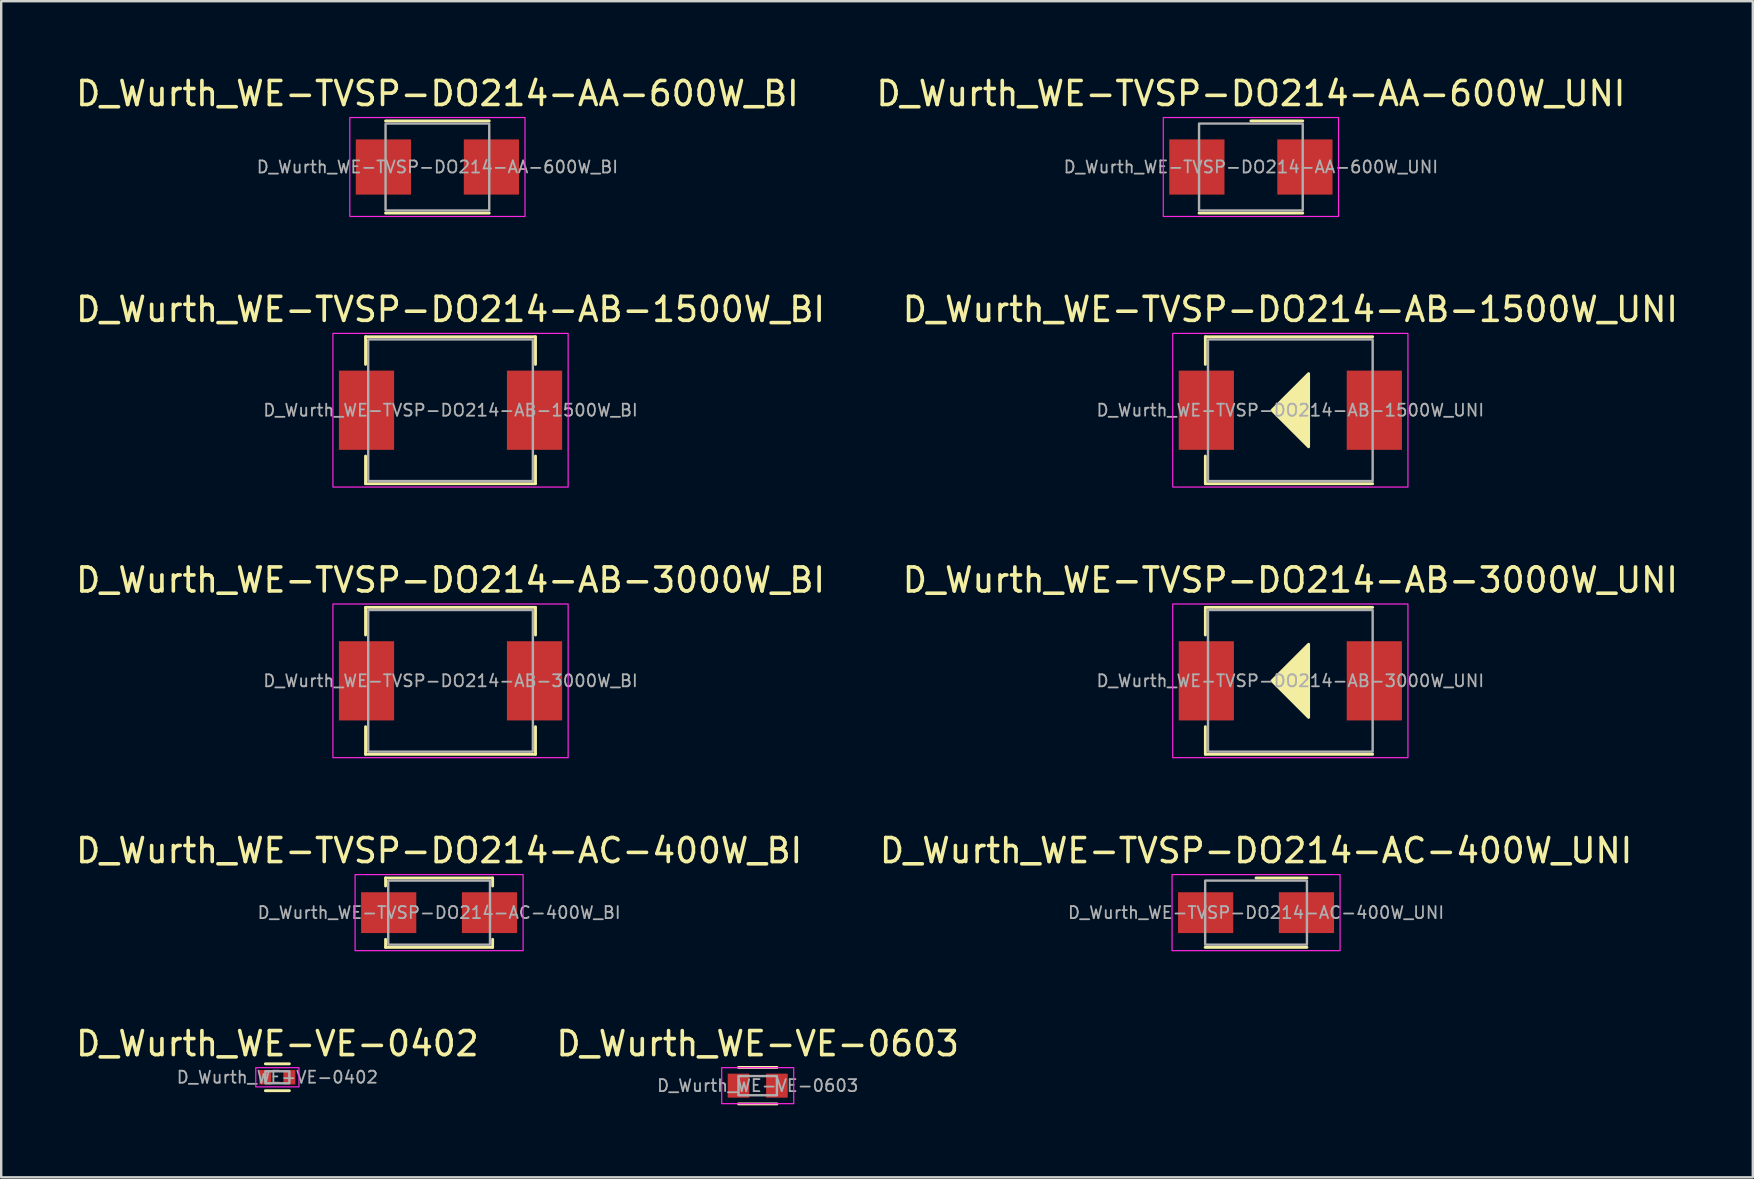
<source format=kicad_pcb>
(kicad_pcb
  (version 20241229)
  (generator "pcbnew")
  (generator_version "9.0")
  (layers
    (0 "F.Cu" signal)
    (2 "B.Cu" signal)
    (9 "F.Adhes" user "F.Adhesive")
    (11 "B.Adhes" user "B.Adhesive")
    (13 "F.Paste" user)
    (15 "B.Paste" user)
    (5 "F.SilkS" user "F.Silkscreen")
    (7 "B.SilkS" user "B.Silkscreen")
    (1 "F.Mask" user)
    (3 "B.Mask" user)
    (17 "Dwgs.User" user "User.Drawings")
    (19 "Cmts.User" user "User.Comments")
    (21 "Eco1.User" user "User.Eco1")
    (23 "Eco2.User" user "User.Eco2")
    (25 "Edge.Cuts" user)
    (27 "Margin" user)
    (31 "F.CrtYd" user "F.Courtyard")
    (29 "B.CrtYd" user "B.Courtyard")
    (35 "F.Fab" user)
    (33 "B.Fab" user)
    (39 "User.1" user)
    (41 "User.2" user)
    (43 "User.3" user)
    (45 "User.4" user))
  (footprint "D_Wurth_WE-TVSP-DO214-AB-3000W_BI"
    (layer "F.Cu")
    (at 15.72 25.315)
    (property "Reference" "D_Wurth_WE-TVSP-DO214-AB-3000W_BI" (at 0 -4.2 0) (unlocked yes) (layer "F.SilkS") (effects (font (size 1 1) (thickness 0.15))))
    (attr smd)
    (fp_line (start -3.54 -3.06) (end -3.54 -1.91) (stroke (width 0.12) (type solid)) (layer "F.SilkS"))
    (fp_line (start -3.54 -3.06) (end 3.54 -3.06) (stroke (width 0.12) (type solid)) (layer "F.SilkS"))
    (fp_line (start -3.54 3.06) (end -3.54 1.91) (stroke (width 0.12) (type solid)) (layer "F.SilkS"))
    (fp_line (start -3.54 3.06) (end 3.54 3.06) (stroke (width 0.12) (type solid)) (layer "F.SilkS"))
    (fp_line (start 3.54 -3.06) (end 3.54 -1.91) (stroke (width 0.12) (type solid)) (layer "F.SilkS"))
    (fp_line (start 3.54 3.06) (end 3.54 1.91) (stroke (width 0.12) (type solid)) (layer "F.SilkS"))
    (fp_rect (start -4.9 -3.2) (end 4.9 3.2) (stroke (width 0.05) (type solid)) (fill no) (layer "F.CrtYd"))
    (fp_rect (start -3.43 -2.95) (end 3.43 2.95) (stroke (width 0.1) (type solid)) (fill no) (layer "F.Fab"))
    (fp_text user "${REFERENCE}" (at 0 0 0) (unlocked yes) (layer "F.Fab") (effects (font (size 0.5 0.5) (thickness 0.075))))
    (pad "1" smd rect (at -3.5 0) (size 2.3 3.3) (layers "F.Cu" "F.Mask" "F.Paste"))
    (pad "2" smd rect (at 3.5 0) (size 2.3 3.3) (layers "F.Cu" "F.Mask" "F.Paste")))
  (footprint "D_Wurth_WE-VE-0603"
    (layer "F.Cu")
    (at 28.518 42.181)
    (property "Reference" "D_Wurth_WE-VE-0603" (at 0 -1.75 0) (unlocked yes) (layer "F.SilkS") (effects (font (size 1 1) (thickness 0.15))))
    (attr smd)
    (fp_line (start -0.8 -0.76) (end 0.8 -0.76) (stroke (width 0.12) (type solid)) (layer "F.SilkS"))
    (fp_line (start -0.8 0.76) (end 0.8 0.76) (stroke (width 0.12) (type solid)) (layer "F.SilkS"))
    (fp_rect (start -1.5 -0.75) (end 1.5 0.75) (stroke (width 0.05) (type solid)) (fill no) (layer "F.CrtYd"))
    (fp_rect (start -0.8 -0.4) (end 0.8 0.4) (stroke (width 0.1) (type solid)) (fill no) (layer "F.Fab"))
    (fp_text user "${REFERENCE}" (at 0 0 0) (unlocked yes) (layer "F.Fab") (effects (font (size 0.5 0.5) (thickness 0.075))))
    (pad "1" smd rect (at -0.8 0) (size 0.9 1) (layers "F.Cu" "F.Mask" "F.Paste"))
    (pad "2" smd rect (at 0.8 0) (size 0.9 1) (layers "F.Cu" "F.Mask" "F.Paste")))
  (footprint "D_Wurth_WE-TVSP-DO214-AA-600W_UNI"
    (layer "F.Cu")
    (at 49.065 3.908)
    (property "Reference" "D_Wurth_WE-TVSP-DO214-AA-600W_UNI" (at 0 -3.06 0) (unlocked yes) (layer "F.SilkS") (effects (font (size 1 1) (thickness 0.15))))
    (attr smd)
    (fp_line (start -2.16 1.92) (end 2.16 1.92) (stroke (width 0.12) (type solid)) (layer "F.SilkS"))
    (fp_line (start 0 -1.92) (end 2.16 -1.92) (stroke (width 0.12) (type solid)) (layer "F.SilkS"))
    (fp_rect (start -3.65 -2.06) (end 3.65 2.06) (stroke (width 0.05) (type solid)) (fill no) (layer "F.CrtYd"))
    (fp_rect (start -2.16 -1.81) (end 2.16 1.81) (stroke (width 0.1) (type solid)) (fill no) (layer "F.Fab"))
    (fp_text user "${REFERENCE}" (at 0 0 0) (unlocked yes) (layer "F.Fab") (effects (font (size 0.5 0.5) (thickness 0.075))))
    (pad "1" smd rect (at -2.25 0) (size 2.3 2.3) (layers "F.Cu" "F.Mask" "F.Paste"))
    (pad "2" smd rect (at 2.25 0) (size 2.3 2.3) (layers "F.Cu" "F.Mask" "F.Paste")))
  (footprint "D_Wurth_WE-TVSP-DO214-AB-3000W_UNI"
    (layer "F.Cu")
    (at 50.708 25.315)
    (property "Reference" "D_Wurth_WE-TVSP-DO214-AB-3000W_UNI" (at 0 -4.2 0) (unlocked yes) (layer "F.SilkS") (effects (font (size 1 1) (thickness 0.15))))
    (attr smd)
    (fp_line (start -3.54 -3.06) (end -3.54 -1.91) (stroke (width 0.12) (type solid)) (layer "F.SilkS"))
    (fp_line (start -3.54 -3.06) (end 3.43 -3.06) (stroke (width 0.12) (type solid)) (layer "F.SilkS"))
    (fp_line (start -3.54 3.06) (end -3.54 1.91) (stroke (width 0.12) (type solid)) (layer "F.SilkS"))
    (fp_line (start -3.54 3.06) (end 3.43 3.06) (stroke (width 0.12) (type solid)) (layer "F.SilkS"))
    (fp_poly (pts (xy 0.762 -1.524) (xy 0.762 1.524) (xy -0.762 0)) (stroke (width 0.12) (type solid)) (fill yes) (layer "F.SilkS"))
    (fp_rect (start -4.9 -3.2) (end 4.9 3.2) (stroke (width 0.05) (type solid)) (fill no) (layer "F.CrtYd"))
    (fp_rect (start -3.43 -2.95) (end 3.43 2.95) (stroke (width 0.1) (type solid)) (fill no) (layer "F.Fab"))
    (fp_text user "${REFERENCE}" (at 0 0 0) (unlocked yes) (layer "F.Fab") (effects (font (size 0.5 0.5) (thickness 0.075))))
    (pad "1" smd rect (at -3.5 0) (size 2.3 3.3) (layers "F.Cu" "F.Mask" "F.Paste"))
    (pad "2" smd rect (at 3.5 0) (size 2.3 3.3) (layers "F.Cu" "F.Mask" "F.Paste")))
  (footprint "D_Wurth_WE-TVSP-DO214-AB-1500W_BI"
    (layer "F.Cu")
    (at 15.72 14.041)
    (property "Reference" "D_Wurth_WE-TVSP-DO214-AB-1500W_BI" (at 0 -4.2 0) (unlocked yes) (layer "F.SilkS") (effects (font (size 1 1) (thickness 0.15))))
    (attr smd)
    (fp_line (start -3.54 -3.06) (end -3.54 -1.91) (stroke (width 0.12) (type solid)) (layer "F.SilkS"))
    (fp_line (start -3.54 -3.06) (end 3.54 -3.06) (stroke (width 0.12) (type solid)) (layer "F.SilkS"))
    (fp_line (start -3.54 3.06) (end -3.54 1.91) (stroke (width 0.12) (type solid)) (layer "F.SilkS"))
    (fp_line (start -3.54 3.06) (end 3.54 3.06) (stroke (width 0.12) (type solid)) (layer "F.SilkS"))
    (fp_line (start 3.54 -3.06) (end 3.54 -1.91) (stroke (width 0.12) (type solid)) (layer "F.SilkS"))
    (fp_line (start 3.54 3.06) (end 3.54 1.91) (stroke (width 0.12) (type solid)) (layer "F.SilkS"))
    (fp_rect (start -4.9 -3.2) (end 4.9 3.2) (stroke (width 0.05) (type solid)) (fill no) (layer "F.CrtYd"))
    (fp_rect (start -3.43 -2.95) (end 3.43 2.95) (stroke (width 0.1) (type solid)) (fill no) (layer "F.Fab"))
    (fp_text user "${REFERENCE}" (at 0 0 0) (unlocked yes) (layer "F.Fab") (effects (font (size 0.5 0.5) (thickness 0.075))))
    (pad "1" smd rect (at -3.5 0) (size 2.3 3.3) (layers "F.Cu" "F.Mask" "F.Paste"))
    (pad "2" smd rect (at 3.5 0) (size 2.3 3.3) (layers "F.Cu" "F.Mask" "F.Paste")))
  (footprint "D_Wurth_WE-TVSP-DO214-AA-600W_BI"
    (layer "F.Cu")
    (at 15.173 3.908)
    (property "Reference" "D_Wurth_WE-TVSP-DO214-AA-600W_BI" (at 0 -3.06 0) (unlocked yes) (layer "F.SilkS") (effects (font (size 1 1) (thickness 0.15))))
    (attr smd)
    (fp_line (start -2.16 -1.92) (end 2.16 -1.92) (stroke (width 0.12) (type solid)) (layer "F.SilkS"))
    (fp_line (start -2.16 1.92) (end 2.16 1.92) (stroke (width 0.12) (type solid)) (layer "F.SilkS"))
    (fp_rect (start -3.65 -2.06) (end 3.65 2.06) (stroke (width 0.05) (type solid)) (fill no) (layer "F.CrtYd"))
    (fp_rect (start -2.16 -1.81) (end 2.16 1.81) (stroke (width 0.1) (type solid)) (fill no) (layer "F.Fab"))
    (fp_text user "${REFERENCE}" (at 0 0 0) (unlocked yes) (layer "F.Fab") (effects (font (size 0.5 0.5) (thickness 0.075))))
    (pad "1" smd rect (at -2.25 0) (size 2.3 2.3) (layers "F.Cu" "F.Mask" "F.Paste"))
    (pad "2" smd rect (at 2.25 0) (size 2.3 2.3) (layers "F.Cu" "F.Mask" "F.Paste")))
  (footprint "D_Wurth_WE-TVSP-DO214-AC-400W_BI"
    (layer "F.Cu")
    (at 15.244 34.973)
    (property "Reference" "D_Wurth_WE-TVSP-DO214-AC-400W_BI" (at 0 -2.585 0) (unlocked yes) (layer "F.SilkS") (effects (font (size 1 1) (thickness 0.15))))
    (attr smd)
    (fp_line (start -2.23 -1.445) (end -2.23 -1.11) (stroke (width 0.12) (type solid)) (layer "F.SilkS"))
    (fp_line (start -2.23 -1.445) (end 2.23 -1.445) (stroke (width 0.12) (type solid)) (layer "F.SilkS"))
    (fp_line (start -2.23 1.445) (end -2.23 1.11) (stroke (width 0.12) (type solid)) (layer "F.SilkS"))
    (fp_line (start -2.23 1.445) (end 2.23 1.445) (stroke (width 0.12) (type solid)) (layer "F.SilkS"))
    (fp_line (start 2.23 -1.445) (end 2.23 -1.11) (stroke (width 0.12) (type solid)) (layer "F.SilkS"))
    (fp_line (start 2.23 1.445) (end 2.23 1.11) (stroke (width 0.12) (type solid)) (layer "F.SilkS"))
    (fp_rect (start -3.5 -1.585) (end 3.5 1.585) (stroke (width 0.05) (type solid)) (fill no) (layer "F.CrtYd"))
    (fp_rect (start -2.12 -1.335) (end 2.12 1.335) (stroke (width 0.1) (type solid)) (fill no) (layer "F.Fab"))
    (fp_text user "${REFERENCE}" (at 0 0 0) (unlocked yes) (layer "F.Fab") (effects (font (size 0.5 0.5) (thickness 0.075))))
    (pad "1" smd rect (at -2.1 0) (size 2.3 1.7) (layers "F.Cu" "F.Mask" "F.Paste"))
    (pad "2" smd rect (at 2.1 0) (size 2.3 1.7) (layers "F.Cu" "F.Mask" "F.Paste")))
  (footprint "D_Wurth_WE-TVSP-DO214-AC-400W_UNI"
    (layer "F.Cu")
    (at 49.28 34.973)
    (property "Reference" "D_Wurth_WE-TVSP-DO214-AC-400W_UNI" (at 0 -2.585 0) (unlocked yes) (layer "F.SilkS") (effects (font (size 1 1) (thickness 0.15))))
    (attr smd)
    (fp_line (start -2.12 1.445) (end 2.12 1.445) (stroke (width 0.12) (type solid)) (layer "F.SilkS"))
    (fp_line (start 0 -1.445) (end 2.12 -1.445) (stroke (width 0.12) (type solid)) (layer "F.SilkS"))
    (fp_rect (start -3.5 -1.585) (end 3.5 1.585) (stroke (width 0.05) (type solid)) (fill no) (layer "F.CrtYd"))
    (fp_rect (start -2.12 -1.335) (end 2.12 1.335) (stroke (width 0.1) (type solid)) (fill no) (layer "F.Fab"))
    (fp_text user "${REFERENCE}" (at 0 0 0) (unlocked yes) (layer "F.Fab") (effects (font (size 0.5 0.5) (thickness 0.075))))
    (pad "1" smd rect (at -2.1 0) (size 2.3 1.7) (layers "F.Cu" "F.Mask" "F.Paste"))
    (pad "2" smd rect (at 2.1 0) (size 2.3 1.7) (layers "F.Cu" "F.Mask" "F.Paste")))
  (footprint "D_Wurth_WE-TVSP-DO214-AB-1500W_UNI"
    (layer "F.Cu")
    (at 50.708 14.041)
    (property "Reference" "D_Wurth_WE-TVSP-DO214-AB-1500W_UNI" (at 0 -4.2 0) (unlocked yes) (layer "F.SilkS") (effects (font (size 1 1) (thickness 0.15))))
    (attr smd)
    (fp_line (start -3.54 -3.06) (end -3.54 -1.91) (stroke (width 0.12) (type solid)) (layer "F.SilkS"))
    (fp_line (start -3.54 -3.06) (end 3.43 -3.06) (stroke (width 0.12) (type solid)) (layer "F.SilkS"))
    (fp_line (start -3.54 1.91) (end -3.54 3.06) (stroke (width 0.12) (type solid)) (layer "F.SilkS"))
    (fp_line (start -3.54 3.06) (end 3.43 3.06) (stroke (width 0.12) (type solid)) (layer "F.SilkS"))
    (fp_poly (pts (xy 0.762 -1.524) (xy 0.762 1.524) (xy -0.762 0)) (stroke (width 0.12) (type solid)) (fill yes) (layer "F.SilkS"))
    (fp_rect (start -4.9 -3.2) (end 4.9 3.2) (stroke (width 0.05) (type solid)) (fill no) (layer "F.CrtYd"))
    (fp_rect (start -3.43 -2.95) (end 3.43 2.95) (stroke (width 0.1) (type solid)) (fill no) (layer "F.Fab"))
    (fp_text user "${REFERENCE}" (at 0 0 0) (unlocked yes) (layer "F.Fab") (effects (font (size 0.5 0.5) (thickness 0.075))))
    (pad "1" smd rect (at -3.5 0) (size 2.3 3.3) (layers "F.Cu" "F.Mask" "F.Paste"))
    (pad "2" smd rect (at 3.5 0) (size 2.3 3.3) (layers "F.Cu" "F.Mask" "F.Paste")))
  (footprint "D_Wurth_WE-VE-0402"
    (layer "F.Cu")
    (at 8.506 41.831)
    (property "Reference" "D_Wurth_WE-VE-0402" (at 0 -1.4 0) (unlocked yes) (layer "F.SilkS") (effects (font (size 1 1) (thickness 0.15))))
    (attr smd)
    (fp_line (start -0.5 -0.56) (end 0.5 -0.56) (stroke (width 0.12) (type solid)) (layer "F.SilkS"))
    (fp_line (start -0.5 0.56) (end 0.5 0.56) (stroke (width 0.12) (type solid)) (layer "F.SilkS"))
    (fp_rect (start -0.9 -0.4) (end 0.9 0.4) (stroke (width 0.05) (type solid)) (fill no) (layer "F.CrtYd"))
    (fp_rect (start -0.5 -0.25) (end 0.5 0.25) (stroke (width 0.1) (type solid)) (fill no) (layer "F.Fab"))
    (fp_text user "${REFERENCE}" (at 0 0 0) (unlocked yes) (layer "F.Fab") (effects (font (size 0.5 0.5) (thickness 0.075))))
    (pad "1" smd rect (at -0.5 0) (size 0.5 0.6) (layers "F.Cu" "F.Mask" "F.Paste"))
    (pad "2" smd rect (at 0.5 0) (size 0.5 0.6) (layers "F.Cu" "F.Mask" "F.Paste")))
  (gr_rect
    (start -3 -3)
    (end 69.976 46.001)
    (stroke (width 0.1) (type default))
    (fill no)
    (layer "Edge.Cuts")))
</source>
